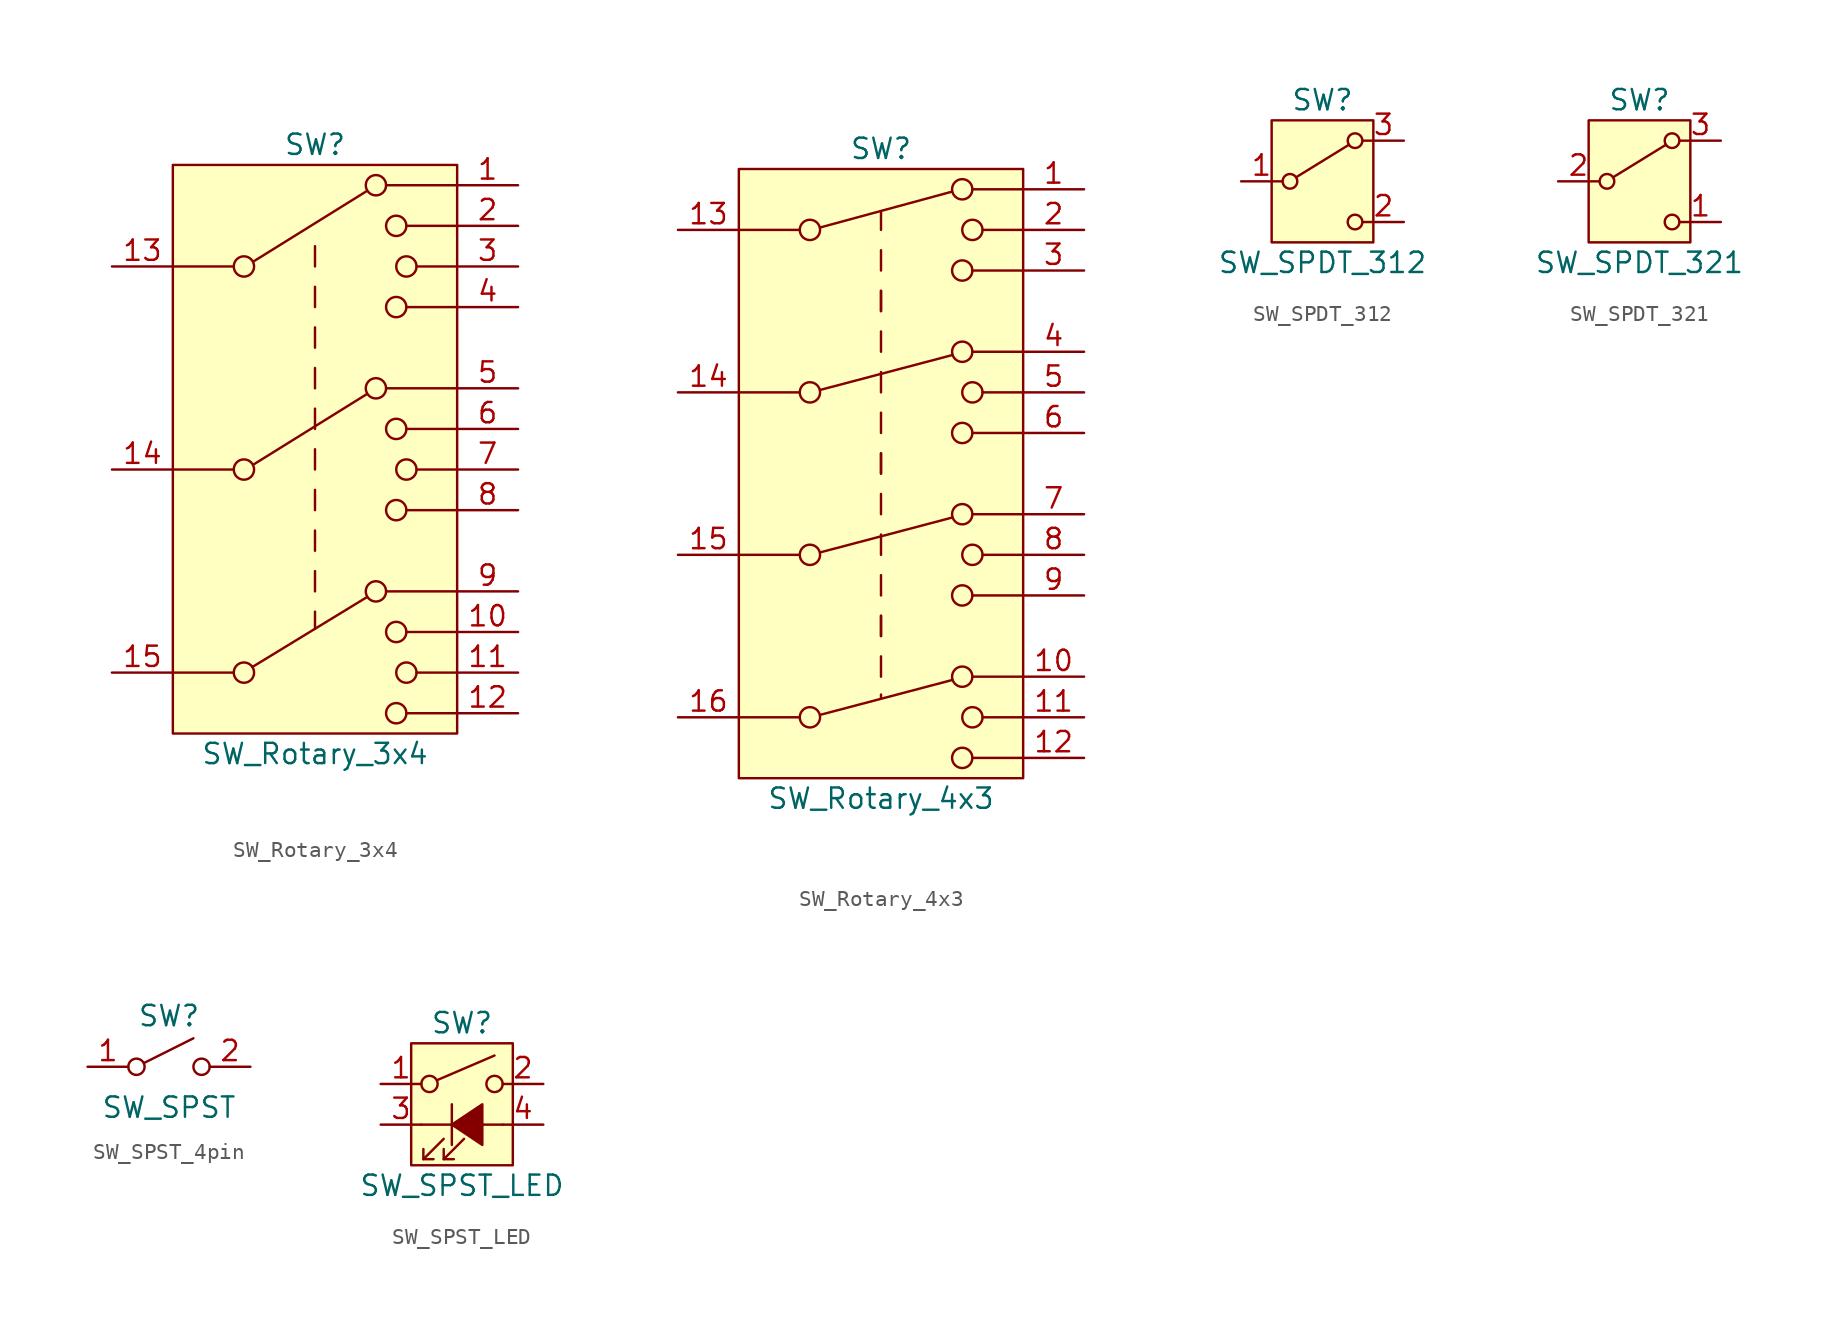
<source format=kicad_sym>
(kicad_symbol_lib
  (version 20231120)
  (generator "kicad_symbol_editor")
  (generator_version "8.0")
  (symbol "SW_Rotary_3x4"
    (pin_names
      (offset 1.016) hide)
    (property "Reference" "SW"
      (at 0 20.32 0)
      (effects (font (size 1.27 1.27))))
    (property "Value" "SW_Rotary_3x4"
      (at 0 -17.78 0)
      (effects (font (size 1.27 1.27))))
    (symbol "SW_Rotary_3x4_0_0"
      (circle (center -4.445 -12.7) (radius 0.635) (stroke (width 0) (type default)) (fill (type none)))
      (circle (center -4.445 0) (radius 0.635) (stroke (width 0) (type default)) (fill (type none)))
      (circle (center -4.445 12.7) (radius 0.635) (stroke (width 0) (type default)) (fill (type none)))
      (polyline (pts (xy -3.912 -12.344) (xy 3.251 -7.976)) (stroke (width 0) (type default)) (fill (type none)))
      (polyline (pts (xy -3.861 0.305) (xy 3.251 4.724)) (stroke (width 0) (type default)) (fill (type none)))
      (polyline (pts (xy -3.861 13.005) (xy 3.251 17.424)) (stroke (width 0) (type default)) (fill (type none)))
      (polyline (pts (xy 0 -9.957) (xy 0 -8.89)) (stroke (width 0) (type default)) (fill (type none)))
      (polyline (pts (xy 0 -7.62) (xy 0 -6.35)) (stroke (width 0) (type default)) (fill (type none)))
      (polyline (pts (xy 0 -5.08) (xy 0 -3.81)) (stroke (width 0) (type default)) (fill (type none)))
      (polyline (pts (xy 0 -2.54) (xy 0 -1.27)) (stroke (width 0) (type default)) (fill (type none)))
      (polyline (pts (xy 0 0) (xy 0 1.27)) (stroke (width 0) (type default)) (fill (type none)))
      (polyline (pts (xy 0 2.54) (xy 0 3.81)) (stroke (width 0) (type default)) (fill (type none)))
      (polyline (pts (xy 0 5.08) (xy 0 6.35)) (stroke (width 0) (type default)) (fill (type none)))
      (polyline (pts (xy 0 7.62) (xy 0 8.89)) (stroke (width 0) (type default)) (fill (type none)))
      (polyline (pts (xy 0 10.16) (xy 0 11.43)) (stroke (width 0) (type default)) (fill (type none)))
      (polyline (pts (xy 0 12.7) (xy 0 13.97)) (stroke (width 0) (type default)) (fill (type none)))
      (polyline (pts (xy 4.445 -7.62) (xy 8.89 -7.62)) (stroke (width 0) (type default)) (fill (type none)))
      (polyline (pts (xy 4.445 5.08) (xy 8.89 5.08)) (stroke (width 0) (type default)) (fill (type none)))
      (polyline (pts (xy 4.445 17.78) (xy 8.89 17.78)) (stroke (width 0) (type default)) (fill (type none)))
      (polyline (pts (xy 5.715 -15.24) (xy 8.89 -15.24)) (stroke (width 0) (type default)) (fill (type none)))
      (polyline (pts (xy 5.715 -10.16) (xy 8.89 -10.16)) (stroke (width 0) (type default)) (fill (type none)))
      (polyline (pts (xy 5.715 -2.54) (xy 8.89 -2.54)) (stroke (width 0) (type default)) (fill (type none)))
      (polyline (pts (xy 5.715 2.54) (xy 8.89 2.54)) (stroke (width 0) (type default)) (fill (type none)))
      (polyline (pts (xy 5.715 10.16) (xy 8.89 10.16)) (stroke (width 0) (type default)) (fill (type none)))
      (polyline (pts (xy 5.715 15.24) (xy 8.89 15.24)) (stroke (width 0) (type default)) (fill (type none)))
      (polyline (pts (xy 6.35 -12.7) (xy 8.89 -12.7)) (stroke (width 0) (type default)) (fill (type none)))
      (polyline (pts (xy 6.35 0) (xy 8.89 0)) (stroke (width 0) (type default)) (fill (type none)))
      (polyline (pts (xy 6.35 12.7) (xy 8.89 12.7)) (stroke (width 0) (type default)) (fill (type none)))
      (circle (center 3.81 -7.62) (radius 0.635) (stroke (width 0) (type default)) (fill (type none)))
      (circle (center 3.81 5.08) (radius 0.635) (stroke (width 0) (type default)) (fill (type none)))
      (circle (center 3.81 17.78) (radius 0.635) (stroke (width 0) (type default)) (fill (type none)))
      (circle (center 5.08 -15.24) (radius 0.635) (stroke (width 0) (type default)) (fill (type none)))
      (circle (center 5.08 -10.16) (radius 0.635) (stroke (width 0) (type default)) (fill (type none)))
      (circle (center 5.08 -2.54) (radius 0.635) (stroke (width 0) (type default)) (fill (type none)))
      (circle (center 5.08 2.54) (radius 0.635) (stroke (width 0) (type default)) (fill (type none)))
      (circle (center 5.08 10.16) (radius 0.635) (stroke (width 0) (type default)) (fill (type none)))
      (circle (center 5.08 15.24) (radius 0.635) (stroke (width 0) (type default)) (fill (type none)))
      (circle (center 5.715 -12.7) (radius 0.635) (stroke (width 0) (type default)) (fill (type none)))
      (circle (center 5.715 0) (radius 0.635) (stroke (width 0) (type default)) (fill (type none)))
      (circle (center 5.715 12.7) (radius 0.635) (stroke (width 0) (type default)) (fill (type none))))
    (symbol "SW_Rotary_3x4_0_1"
      (polyline (pts (xy -5.08 -12.7) (xy -8.89 -12.7)) (stroke (width 0) (type default)) (fill (type none)))
      (polyline (pts (xy -5.08 0) (xy -8.89 0)) (stroke (width 0) (type default)) (fill (type none)))
      (polyline (pts (xy -5.08 12.7) (xy -8.89 12.7)) (stroke (width 0) (type default)) (fill (type none))))
    (symbol "SW_Rotary_3x4_1_1"
      (rectangle (start -8.89 19.05) (end 8.89 -16.51) (stroke (width 0) (type default)) (fill (type background)))
      (pin passive line (at 12.7 17.78 180) (length 3.81) (name "1" (effects (font (size 1.27 1.27)))) (number "1" (effects (font (size 1.27 1.27)))))
      (pin passive line (at 12.7 -10.16 180) (length 3.81) (name "10" (effects (font (size 1.27 1.27)))) (number "10" (effects (font (size 1.27 1.27)))))
      (pin passive line (at 12.7 -12.7 180) (length 3.81) (name "11" (effects (font (size 1.27 1.27)))) (number "11" (effects (font (size 1.27 1.27)))))
      (pin passive line (at 12.7 -15.24 180) (length 3.81) (name "12" (effects (font (size 1.27 1.27)))) (number "12" (effects (font (size 1.27 1.27)))))
      (pin passive line (at -12.7 12.7 0) (length 3.81) (name "13" (effects (font (size 1.27 1.27)))) (number "13" (effects (font (size 1.27 1.27)))))
      (pin passive line (at -12.7 0 0) (length 3.81) (name "14" (effects (font (size 1.27 1.27)))) (number "14" (effects (font (size 1.27 1.27)))))
      (pin passive line (at -12.7 -12.7 0) (length 3.81) (name "15" (effects (font (size 1.27 1.27)))) (number "15" (effects (font (size 1.27 1.27)))))
      (pin passive line (at 12.7 15.24 180) (length 3.81) (name "2" (effects (font (size 1.27 1.27)))) (number "2" (effects (font (size 1.27 1.27)))))
      (pin passive line (at 12.7 12.7 180) (length 3.81) (name "3" (effects (font (size 1.27 1.27)))) (number "3" (effects (font (size 1.27 1.27)))))
      (pin passive line (at 12.7 10.16 180) (length 3.81) (name "4" (effects (font (size 1.27 1.27)))) (number "4" (effects (font (size 1.27 1.27)))))
      (pin passive line (at 12.7 5.08 180) (length 3.81) (name "5" (effects (font (size 1.27 1.27)))) (number "5" (effects (font (size 1.27 1.27)))))
      (pin passive line (at 12.7 2.54 180) (length 3.81) (name "6" (effects (font (size 1.27 1.27)))) (number "6" (effects (font (size 1.27 1.27)))))
      (pin passive line (at 12.7 0 180) (length 3.81) (name "7" (effects (font (size 1.27 1.27)))) (number "7" (effects (font (size 1.27 1.27)))))
      (pin passive line (at 12.7 -2.54 180) (length 3.81) (name "8" (effects (font (size 1.27 1.27)))) (number "8" (effects (font (size 1.27 1.27)))))
      (pin passive line (at 12.7 -7.62 180) (length 3.81) (name "9" (effects (font (size 1.27 1.27)))) (number "9" (effects (font (size 1.27 1.27)))))))
  (symbol "SW_Rotary_4x3"
    (pin_names
      (offset 1.016) hide)
    (property "Reference" "SW"
      (at 0 20.32 0)
      (effects (font (size 1.27 1.27))))
    (property "Value" "SW_Rotary_4x3"
      (at 0 -20.32 0)
      (effects (font (size 1.27 1.27))))
    (symbol "SW_Rotary_4x3_0_0"
      (circle (center -4.445 -15.24) (radius 0.635) (stroke (width 0) (type default)) (fill (type none)))
      (circle (center -4.445 -5.08) (radius 0.635) (stroke (width 0) (type default)) (fill (type none)))
      (circle (center -4.445 5.08) (radius 0.635) (stroke (width 0) (type default)) (fill (type none)))
      (circle (center -4.445 15.24) (radius 0.635) (stroke (width 0) (type default)) (fill (type none)))
      (polyline (pts (xy -3.81 -15.088) (xy 4.47 -12.903)) (stroke (width 0) (type default)) (fill (type none)))
      (polyline (pts (xy -3.81 -4.928) (xy 4.47 -2.743)) (stroke (width 0) (type default)) (fill (type none)))
      (polyline (pts (xy -3.81 5.232) (xy 4.47 7.417)) (stroke (width 0) (type default)) (fill (type none)))
      (polyline (pts (xy -3.81 15.392) (xy 4.42 17.628)) (stroke (width 0) (type default)) (fill (type none)))
      (polyline (pts (xy 0 -14.072) (xy 0 -13.818)) (stroke (width 0) (type default)) (fill (type none)))
      (polyline (pts (xy 0 -12.7) (xy 0 -11.43)) (stroke (width 0) (type default)) (fill (type none)))
      (polyline (pts (xy 0 -10.16) (xy 0 -8.89)) (stroke (width 0) (type default)) (fill (type none)))
      (polyline (pts (xy 0 -10.16) (xy 0 -8.89)) (stroke (width 0) (type default)) (fill (type none)))
      (polyline (pts (xy 0 -7.62) (xy 0 -6.35)) (stroke (width 0) (type default)) (fill (type none)))
      (polyline (pts (xy 0 -5.08) (xy 0 -3.81)) (stroke (width 0) (type default)) (fill (type none)))
      (polyline (pts (xy 0 -2.54) (xy 0 -1.27)) (stroke (width 0) (type default)) (fill (type none)))
      (polyline (pts (xy 0 0) (xy 0 1.27)) (stroke (width 0) (type default)) (fill (type none)))
      (polyline (pts (xy 0 0) (xy 0 1.27)) (stroke (width 0) (type default)) (fill (type none)))
      (polyline (pts (xy 0 2.54) (xy 0 3.81)) (stroke (width 0) (type default)) (fill (type none)))
      (polyline (pts (xy 0 5.08) (xy 0 6.35)) (stroke (width 0) (type default)) (fill (type none)))
      (polyline (pts (xy 0 7.62) (xy 0 8.89)) (stroke (width 0) (type default)) (fill (type none)))
      (polyline (pts (xy 0 10.16) (xy 0 11.43)) (stroke (width 0) (type default)) (fill (type none)))
      (polyline (pts (xy 0 10.16) (xy 0 11.43)) (stroke (width 0) (type default)) (fill (type none)))
      (polyline (pts (xy 0 12.7) (xy 0 13.97)) (stroke (width 0) (type default)) (fill (type none)))
      (polyline (pts (xy 0 15.24) (xy 0 16.408)) (stroke (width 0) (type default)) (fill (type none)))
      (polyline (pts (xy 5.715 -17.78) (xy 8.89 -17.78)) (stroke (width 0) (type default)) (fill (type none)))
      (polyline (pts (xy 5.715 -12.7) (xy 8.89 -12.7)) (stroke (width 0) (type default)) (fill (type none)))
      (polyline (pts (xy 5.715 -7.62) (xy 8.89 -7.62)) (stroke (width 0) (type default)) (fill (type none)))
      (polyline (pts (xy 5.715 -2.54) (xy 8.89 -2.54)) (stroke (width 0) (type default)) (fill (type none)))
      (polyline (pts (xy 5.715 2.54) (xy 8.89 2.54)) (stroke (width 0) (type default)) (fill (type none)))
      (polyline (pts (xy 5.715 7.62) (xy 8.89 7.62)) (stroke (width 0) (type default)) (fill (type none)))
      (polyline (pts (xy 5.715 12.7) (xy 8.89 12.7)) (stroke (width 0) (type default)) (fill (type none)))
      (polyline (pts (xy 5.715 17.78) (xy 8.89 17.78)) (stroke (width 0) (type default)) (fill (type none)))
      (polyline (pts (xy 6.35 -15.24) (xy 8.89 -15.24)) (stroke (width 0) (type default)) (fill (type none)))
      (polyline (pts (xy 6.35 -5.08) (xy 8.89 -5.08)) (stroke (width 0) (type default)) (fill (type none)))
      (polyline (pts (xy 6.35 5.08) (xy 8.89 5.08)) (stroke (width 0) (type default)) (fill (type none)))
      (polyline (pts (xy 6.35 15.24) (xy 8.89 15.24)) (stroke (width 0) (type default)) (fill (type none)))
      (circle (center 5.08 -17.78) (radius 0.635) (stroke (width 0) (type default)) (fill (type none)))
      (circle (center 5.08 -12.7) (radius 0.635) (stroke (width 0) (type default)) (fill (type none)))
      (circle (center 5.08 -7.62) (radius 0.635) (stroke (width 0) (type default)) (fill (type none)))
      (circle (center 5.08 -2.54) (radius 0.635) (stroke (width 0) (type default)) (fill (type none)))
      (circle (center 5.08 2.54) (radius 0.635) (stroke (width 0) (type default)) (fill (type none)))
      (circle (center 5.08 7.62) (radius 0.635) (stroke (width 0) (type default)) (fill (type none)))
      (circle (center 5.08 12.7) (radius 0.635) (stroke (width 0) (type default)) (fill (type none)))
      (circle (center 5.08 17.78) (radius 0.635) (stroke (width 0) (type default)) (fill (type none)))
      (circle (center 5.715 -15.24) (radius 0.635) (stroke (width 0) (type default)) (fill (type none)))
      (circle (center 5.715 -5.08) (radius 0.635) (stroke (width 0) (type default)) (fill (type none)))
      (circle (center 5.715 5.08) (radius 0.635) (stroke (width 0) (type default)) (fill (type none)))
      (circle (center 5.715 15.24) (radius 0.635) (stroke (width 0) (type default)) (fill (type none))))
    (symbol "SW_Rotary_4x3_0_1"
      (polyline (pts (xy -5.08 -15.24) (xy -8.89 -15.24)) (stroke (width 0) (type default)) (fill (type none)))
      (polyline (pts (xy -5.08 -5.08) (xy -8.89 -5.08)) (stroke (width 0) (type default)) (fill (type none)))
      (polyline (pts (xy -5.08 5.08) (xy -8.89 5.08)) (stroke (width 0) (type default)) (fill (type none)))
      (polyline (pts (xy -5.08 15.24) (xy -8.89 15.24)) (stroke (width 0) (type default)) (fill (type none))))
    (symbol "SW_Rotary_4x3_1_1"
      (rectangle (start -8.89 19.05) (end 8.89 -19.05) (stroke (width 0) (type default)) (fill (type background)))
      (pin passive line (at 12.7 17.78 180) (length 3.81) (name "1" (effects (font (size 1.27 1.27)))) (number "1" (effects (font (size 1.27 1.27)))))
      (pin passive line (at 12.7 -12.7 180) (length 3.81) (name "10" (effects (font (size 1.27 1.27)))) (number "10" (effects (font (size 1.27 1.27)))))
      (pin passive line (at 12.7 -15.24 180) (length 3.81) (name "11" (effects (font (size 1.27 1.27)))) (number "11" (effects (font (size 1.27 1.27)))))
      (pin passive line (at 12.7 -17.78 180) (length 3.81) (name "12" (effects (font (size 1.27 1.27)))) (number "12" (effects (font (size 1.27 1.27)))))
      (pin passive line (at -12.7 15.24 0) (length 3.81) (name "13" (effects (font (size 1.27 1.27)))) (number "13" (effects (font (size 1.27 1.27)))))
      (pin passive line (at -12.7 5.08 0) (length 3.81) (name "14" (effects (font (size 1.27 1.27)))) (number "14" (effects (font (size 1.27 1.27)))))
      (pin passive line (at -12.7 -5.08 0) (length 3.81) (name "15" (effects (font (size 1.27 1.27)))) (number "15" (effects (font (size 1.27 1.27)))))
      (pin passive line (at -12.7 -15.24 0) (length 3.81) (name "16" (effects (font (size 1.27 1.27)))) (number "16" (effects (font (size 1.27 1.27)))))
      (pin passive line (at 12.7 15.24 180) (length 3.81) (name "2" (effects (font (size 1.27 1.27)))) (number "2" (effects (font (size 1.27 1.27)))))
      (pin passive line (at 12.7 12.7 180) (length 3.81) (name "3" (effects (font (size 1.27 1.27)))) (number "3" (effects (font (size 1.27 1.27)))))
      (pin passive line (at 12.7 7.62 180) (length 3.81) (name "4" (effects (font (size 1.27 1.27)))) (number "4" (effects (font (size 1.27 1.27)))))
      (pin passive line (at 12.7 5.08 180) (length 3.81) (name "5" (effects (font (size 1.27 1.27)))) (number "5" (effects (font (size 1.27 1.27)))))
      (pin passive line (at 12.7 2.54 180) (length 3.81) (name "6" (effects (font (size 1.27 1.27)))) (number "6" (effects (font (size 1.27 1.27)))))
      (pin passive line (at 12.7 -2.54 180) (length 3.81) (name "7" (effects (font (size 1.27 1.27)))) (number "7" (effects (font (size 1.27 1.27)))))
      (pin passive line (at 12.7 -5.08 180) (length 3.81) (name "8" (effects (font (size 1.27 1.27)))) (number "8" (effects (font (size 1.27 1.27)))))
      (pin passive line (at 12.7 -7.62 180) (length 3.81) (name "9" (effects (font (size 1.27 1.27)))) (number "9" (effects (font (size 1.27 1.27)))))))
  (symbol "SW_SPDT_312"
    (pin_names
      (offset 1) hide)
    (property "Reference" "SW"
      (at 0 5.08 0)
      (effects (font (size 1.27 1.27))))
    (property "Value" "SW_SPDT_312"
      (at 0 -5.08 0)
      (effects (font (size 1.27 1.27))))
    (symbol "SW_SPDT_312_0_1"
      (circle (center -2.032 0) (radius 0.457) (stroke (width 0) (type default)) (fill (type none)))
      (polyline (pts (xy -1.651 0.254) (xy 1.651 2.286)) (stroke (width 0) (type default)) (fill (type none)))
      (circle (center 2.032 -2.54) (radius 0.457) (stroke (width 0) (type default)) (fill (type none)))
      (circle (center 2.032 2.54) (radius 0.457) (stroke (width 0) (type default)) (fill (type none))))
    (symbol "SW_SPDT_312_1_1"
      (rectangle (start -3.175 3.81) (end 3.175 -3.81) (stroke (width 0) (type default)) (fill (type background)))
      (pin passive line (at -5.08 0 0) (length 2.54) (name "B" (effects (font (size 1.27 1.27)))) (number "1" (effects (font (size 1.27 1.27)))))
      (pin passive line (at 5.08 -2.54 180) (length 2.54) (name "C" (effects (font (size 1.27 1.27)))) (number "2" (effects (font (size 1.27 1.27)))))
      (pin passive line (at 5.08 2.54 180) (length 2.54) (name "A" (effects (font (size 1.27 1.27)))) (number "3" (effects (font (size 1.27 1.27)))))))
  (symbol "SW_SPDT_321"
    (pin_names
      (offset 1) hide)
    (property "Reference" "SW"
      (at 0 5.08 0)
      (effects (font (size 1.27 1.27))))
    (property "Value" "SW_SPDT_321"
      (at 0 -5.08 0)
      (effects (font (size 1.27 1.27))))
    (symbol "SW_SPDT_321_0_1"
      (circle (center -2.032 0) (radius 0.457) (stroke (width 0) (type default)) (fill (type none)))
      (polyline (pts (xy -1.651 0.254) (xy 1.651 2.286)) (stroke (width 0) (type default)) (fill (type none)))
      (circle (center 2.032 -2.54) (radius 0.457) (stroke (width 0) (type default)) (fill (type none)))
      (circle (center 2.032 2.54) (radius 0.457) (stroke (width 0) (type default)) (fill (type none))))
    (symbol "SW_SPDT_321_1_1"
      (rectangle (start -3.175 3.81) (end 3.175 -3.81) (stroke (width 0) (type default)) (fill (type background)))
      (pin passive line (at 5.08 -2.54 180) (length 2.54) (name "C" (effects (font (size 1.27 1.27)))) (number "1" (effects (font (size 1.27 1.27)))))
      (pin passive line (at -5.08 0 0) (length 2.54) (name "B" (effects (font (size 1.27 1.27)))) (number "2" (effects (font (size 1.27 1.27)))))
      (pin passive line (at 5.08 2.54 180) (length 2.54) (name "A" (effects (font (size 1.27 1.27)))) (number "3" (effects (font (size 1.27 1.27)))))))
  (symbol "SW_SPST_4pin"
    (pin_names
      (offset 0) hide)
    (property "Reference" "SW"
      (at 0 3.175 0)
      (effects (font (size 1.27 1.27))))
    (property "Value" "SW_SPST"
      (at 0 -2.54 0)
      (effects (font (size 1.27 1.27))))
    (symbol "SW_SPST_4pin_0_0"
      (circle (center -2.032 0) (radius 0.508) (stroke (width 0) (type default)) (fill (type none)))
      (polyline (pts (xy -1.524 0.254) (xy 1.524 1.778)) (stroke (width 0) (type default)) (fill (type none)))
      (circle (center 2.032 0) (radius 0.508) (stroke (width 0) (type default)) (fill (type none))))
    (symbol "SW_SPST_4pin_1_1"
      (pin passive line (at -5.08 0 0) (length 2.54) (name "A" (effects (font (size 1.27 1.27)))) (number "1" (effects (font (size 1.27 1.27)))))
      (pin passive line (at 5.08 0 180) (length 2.54) (name "B" (effects (font (size 1.27 1.27)))) (number "2" (effects (font (size 1.27 1.27)))))))
  (symbol "SW_SPST_LED"
    (pin_names
      (offset 1.016) hide)
    (property "Reference" "SW"
      (at 0 6.35 0)
      (effects (font (size 1.27 1.27))))
    (property "Value" "SW_SPST_LED"
      (at 0 -3.81 0)
      (effects (font (size 1.27 1.27))))
    (symbol "SW_SPST_LED_0_0"
      (polyline (pts (xy -2.54 0) (xy 2.54 0)) (stroke (width 0) (type default)) (fill (type none)))
      (polyline (pts (xy -2.413 -2.159) (xy -1.143 -0.889)) (stroke (width 0) (type default)) (fill (type none)))
      (polyline (pts (xy -1.143 -2.159) (xy 0.127 -0.889)) (stroke (width 0) (type default)) (fill (type none)))
      (polyline (pts (xy -0.635 1.27) (xy -0.635 -1.27)) (stroke (width 0) (type default)) (fill (type none)))
      (polyline (pts (xy -2.413 -1.524) (xy -2.413 -2.159) (xy -1.778 -2.159)) (stroke (width 0) (type default)) (fill (type none)))
      (polyline (pts (xy -1.143 -1.524) (xy -1.143 -2.159) (xy -0.508 -2.159)) (stroke (width 0) (type default)) (fill (type none)))
      (polyline (pts (xy -0.635 0) (xy 1.27 1.27) (xy 1.27 -1.27) (xy -0.635 0)) (stroke (width 0) (type default)) (fill (type outline))))
    (symbol "SW_SPST_LED_0_1"
      (circle (center -2.032 2.54) (radius 0.508) (stroke (width 0) (type default)) (fill (type none)))
      (polyline (pts (xy -1.524 2.794) (xy 2.032 4.318)) (stroke (width 0) (type default)) (fill (type none)))
      (circle (center 2.032 2.54) (radius 0.508) (stroke (width 0) (type default)) (fill (type none)))
      (pin passive line (at -5.08 2.54 0) (length 2.54) (name "1" (effects (font (size 1.27 1.27)))) (number "1" (effects (font (size 1.27 1.27)))))
      (pin passive line (at 5.08 2.54 180) (length 2.54) (name "2" (effects (font (size 1.27 1.27)))) (number "2" (effects (font (size 1.27 1.27)))))
      (pin passive line (at -5.08 0 0) (length 2.54) (name "K" (effects (font (size 1.27 1.27)))) (number "3" (effects (font (size 1.27 1.27)))))
      (pin passive line (at 5.08 0 180) (length 2.54) (name "A" (effects (font (size 1.27 1.27)))) (number "4" (effects (font (size 1.27 1.27))))))
    (symbol "SW_SPST_LED_1_1"
      (rectangle (start -3.175 5.08) (end 3.175 -2.54) (stroke (width 0) (type default)) (fill (type background))))))
</source>
